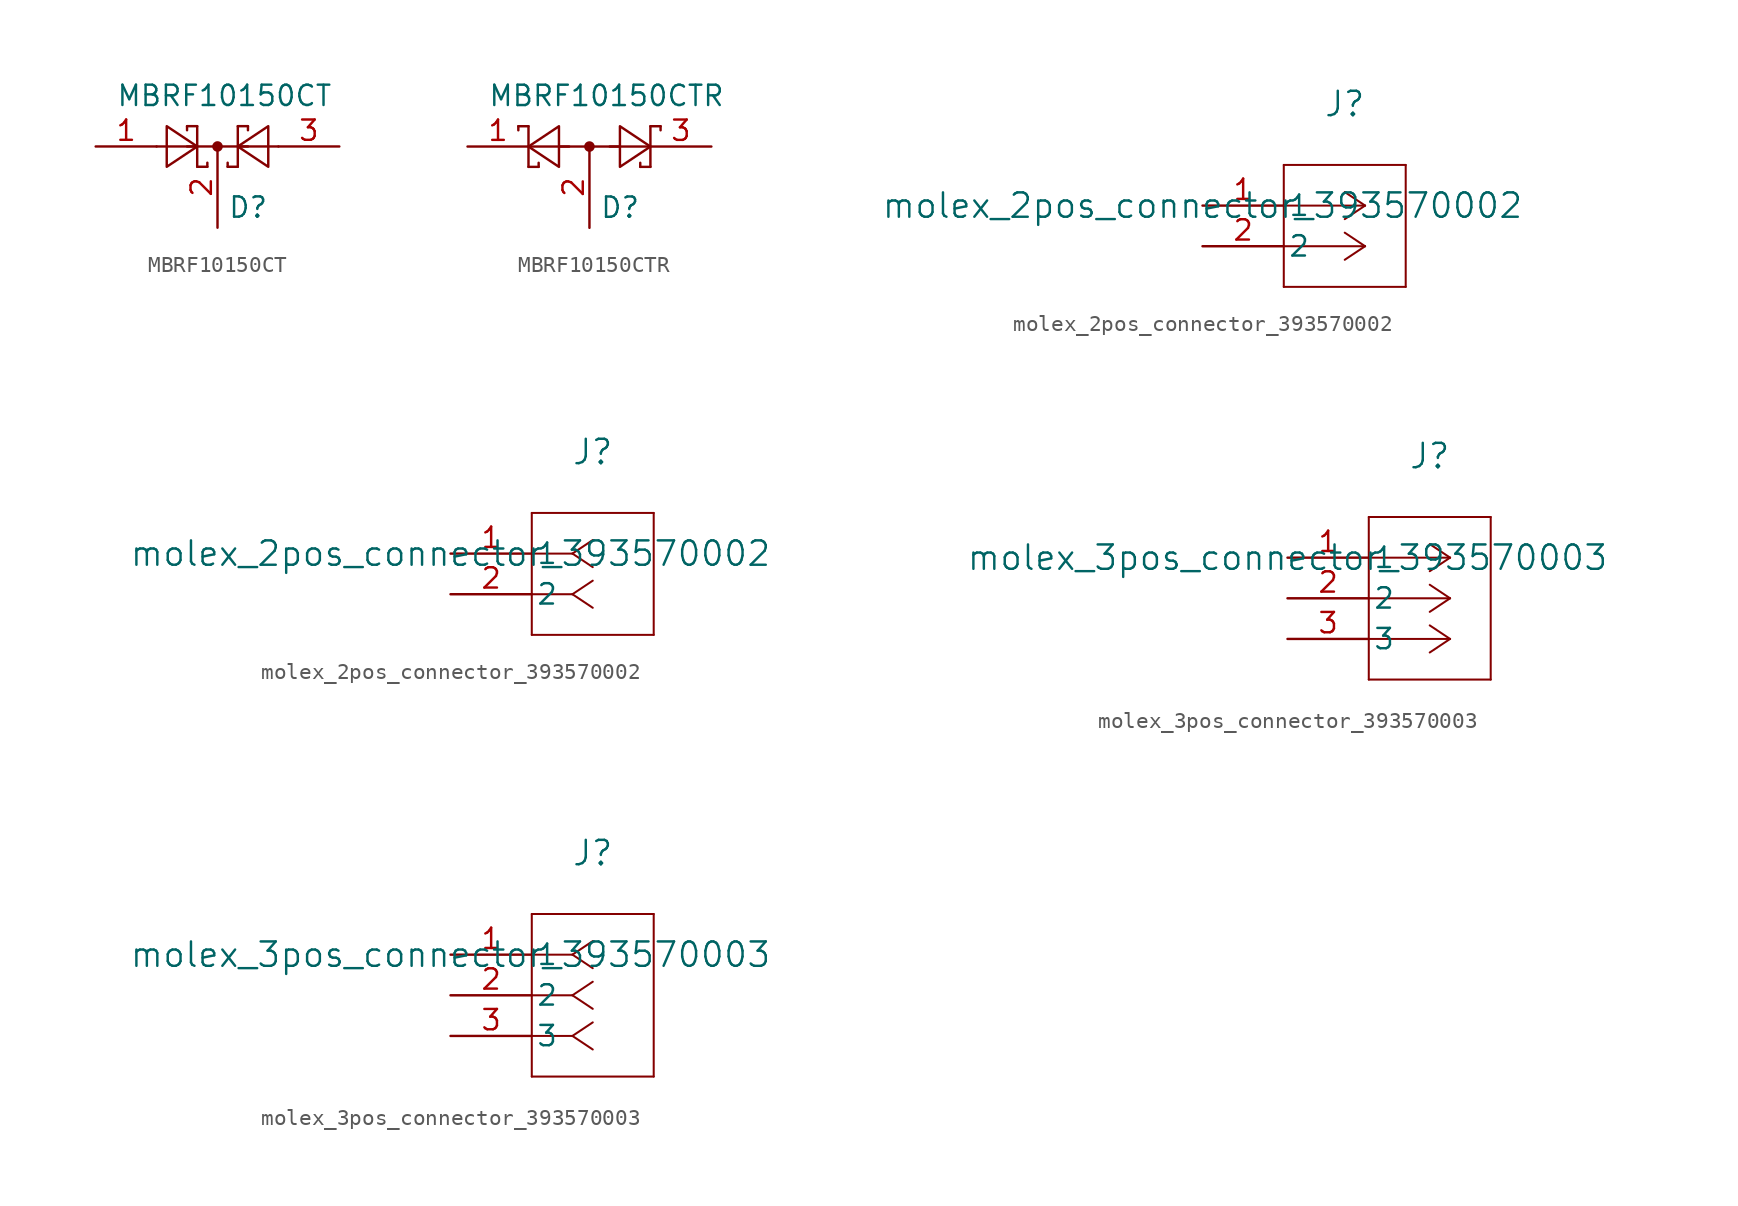
<source format=kicad_sym>
(kicad_symbol_lib
  (version 20231120)
  (generator "kicad_symbol_editor")
  (generator_version "8.0")
  (symbol "MBRF10150CT"
    (property "Reference" "D"
      (at 0.635 -3.81 0)
      (effects (font (size 1.27 1.27)) (justify left)))
    (property "Value" "MBRF10150CT"
      (at -6.35 3.175 0)
      (effects (font (size 1.27 1.27)) (justify left)))
    (symbol "MBRF10150CT_0_1"
      (polyline (pts (xy -1.905 0) (xy 1.905 0)) (stroke (width 0) (type default)) (fill (type none)))
      (polyline (pts (xy -1.905 1.27) (xy -1.905 1.016)) (stroke (width 0) (type default)) (fill (type none)))
      (polyline (pts (xy -1.27 -1.27) (xy -0.635 -1.27)) (stroke (width 0) (type default)) (fill (type none)))
      (polyline (pts (xy -1.27 0) (xy -3.81 0)) (stroke (width 0) (type default)) (fill (type none)))
      (polyline (pts (xy -1.27 1.27) (xy -1.905 1.27)) (stroke (width 0) (type default)) (fill (type none)))
      (polyline (pts (xy -1.27 1.27) (xy -1.27 -1.27)) (stroke (width 0) (type default)) (fill (type none)))
      (polyline (pts (xy -0.635 -1.27) (xy -0.635 -1.016)) (stroke (width 0) (type default)) (fill (type none)))
      (polyline (pts (xy 0.635 -1.27) (xy 0.635 -1.016)) (stroke (width 0) (type default)) (fill (type none)))
      (polyline (pts (xy 1.27 -1.27) (xy 0.635 -1.27)) (stroke (width 0) (type default)) (fill (type none)))
      (polyline (pts (xy 1.27 1.27) (xy 1.27 -1.27)) (stroke (width 0) (type default)) (fill (type none)))
      (polyline (pts (xy 1.27 1.27) (xy 1.905 1.27)) (stroke (width 0) (type default)) (fill (type none)))
      (polyline (pts (xy 1.905 1.27) (xy 1.905 1.016)) (stroke (width 0) (type default)) (fill (type none)))
      (polyline (pts (xy 3.81 0) (xy 1.27 0)) (stroke (width 0) (type default)) (fill (type none)))
      (polyline (pts (xy -3.175 -1.27) (xy -3.175 1.27) (xy -1.27 0) (xy -3.175 -1.27)) (stroke (width 0) (type default)) (fill (type none)))
      (polyline (pts (xy 3.175 -1.27) (xy 3.175 1.27) (xy 1.27 0) (xy 3.175 -1.27)) (stroke (width 0) (type default)) (fill (type none)))
      (circle (center 0 0) (radius 0.254) (stroke (width 0) (type default)) (fill (type outline))))
    (symbol "MBRF10150CT_1_1"
      (pin passive line (at -7.62 0 0) (length 3.81) (name "~" (effects (font (size 1.27 1.27)))) (number "1" (effects (font (size 1.27 1.27)))))
      (pin passive line (at 0 -5.08 90) (length 5.08) (name "~" (effects (font (size 1.27 1.27)))) (number "2" (effects (font (size 1.27 1.27)))))
      (pin passive line (at 7.62 0 180) (length 3.81) (name "~" (effects (font (size 1.27 1.27)))) (number "3" (effects (font (size 1.27 1.27)))))))
  (symbol "MBRF10150CTR"
    (property "Reference" "D"
      (at 0.635 -3.81 0)
      (effects (font (size 1.27 1.27)) (justify left)))
    (property "Value" "MBRF10150CTR"
      (at -6.35 3.175 0)
      (effects (font (size 1.27 1.27)) (justify left)))
    (symbol "MBRF10150CTR_0_1"
      (polyline (pts (xy -4.445 1.27) (xy -4.445 1.016)) (stroke (width 0) (type default)) (fill (type none)))
      (polyline (pts (xy -3.81 -1.27) (xy -3.81 1.27)) (stroke (width 0) (type default)) (fill (type none)))
      (polyline (pts (xy -3.81 -1.27) (xy -3.175 -1.27)) (stroke (width 0) (type default)) (fill (type none)))
      (polyline (pts (xy -3.81 0) (xy -1.27 0)) (stroke (width 0) (type default)) (fill (type none)))
      (polyline (pts (xy -3.81 1.27) (xy -4.445 1.27)) (stroke (width 0) (type default)) (fill (type none)))
      (polyline (pts (xy -3.175 -1.27) (xy -3.175 -1.016)) (stroke (width 0) (type default)) (fill (type none)))
      (polyline (pts (xy -1.905 0) (xy 1.905 0)) (stroke (width 0) (type default)) (fill (type none)))
      (polyline (pts (xy 1.27 0) (xy 3.81 0)) (stroke (width 0) (type default)) (fill (type none)))
      (polyline (pts (xy 3.175 -1.27) (xy 3.175 -1.016)) (stroke (width 0) (type default)) (fill (type none)))
      (polyline (pts (xy 3.81 -1.27) (xy 3.175 -1.27)) (stroke (width 0) (type default)) (fill (type none)))
      (polyline (pts (xy 3.81 -1.27) (xy 3.81 1.27)) (stroke (width 0) (type default)) (fill (type none)))
      (polyline (pts (xy 3.81 1.27) (xy 4.445 1.27)) (stroke (width 0) (type default)) (fill (type none)))
      (polyline (pts (xy 4.445 1.27) (xy 4.445 1.016)) (stroke (width 0) (type default)) (fill (type none)))
      (polyline (pts (xy -1.905 1.27) (xy -1.905 -1.27) (xy -3.81 0) (xy -1.905 1.27)) (stroke (width 0) (type default)) (fill (type none)))
      (polyline (pts (xy 1.905 1.27) (xy 1.905 -1.27) (xy 3.81 0) (xy 1.905 1.27)) (stroke (width 0) (type default)) (fill (type none)))
      (circle (center 0 0) (radius 0.254) (stroke (width 0) (type default)) (fill (type outline))))
    (symbol "MBRF10150CTR_1_1"
      (pin passive line (at -7.62 0 0) (length 3.81) (name "~" (effects (font (size 1.27 1.27)))) (number "1" (effects (font (size 1.27 1.27)))))
      (pin passive line (at 0 -5.08 90) (length 5.08) (name "~" (effects (font (size 1.27 1.27)))) (number "2" (effects (font (size 1.27 1.27)))))
      (pin passive line (at 7.62 0 180) (length 3.81) (name "~" (effects (font (size 1.27 1.27)))) (number "3" (effects (font (size 1.27 1.27)))))))
  (symbol "molex_2pos_connector_393570002"
    (pin_names
      (offset 0.254))
    (property "Reference" "J"
      (at 8.89 6.35 0)
      (effects (font (size 1.524 1.524))))
    (property "Value" "molex_2pos_connector_393570002"
      (at 0 0 0)
      (effects (font (size 1.524 1.524))))
    (property "ki_locked" ""
      (at 0 0 0)
      (effects (font (size 1.27 1.27))))
    (symbol "molex_2pos_connector_393570002_1_1"
      (polyline (pts (xy 5.08 -5.08) (xy 12.7 -5.08)) (stroke (width 0.127) (type default)) (fill (type none)))
      (polyline (pts (xy 5.08 2.54) (xy 5.08 -5.08)) (stroke (width 0.127) (type default)) (fill (type none)))
      (polyline (pts (xy 10.16 -2.54) (xy 5.08 -2.54)) (stroke (width 0.127) (type default)) (fill (type none)))
      (polyline (pts (xy 10.16 -2.54) (xy 8.89 -3.387)) (stroke (width 0.127) (type default)) (fill (type none)))
      (polyline (pts (xy 10.16 -2.54) (xy 8.89 -1.693)) (stroke (width 0.127) (type default)) (fill (type none)))
      (polyline (pts (xy 10.16 0) (xy 5.08 0)) (stroke (width 0.127) (type default)) (fill (type none)))
      (polyline (pts (xy 10.16 0) (xy 8.89 -0.847)) (stroke (width 0.127) (type default)) (fill (type none)))
      (polyline (pts (xy 10.16 0) (xy 8.89 0.847)) (stroke (width 0.127) (type default)) (fill (type none)))
      (polyline (pts (xy 12.7 -5.08) (xy 12.7 2.54)) (stroke (width 0.127) (type default)) (fill (type none)))
      (polyline (pts (xy 12.7 2.54) (xy 5.08 2.54)) (stroke (width 0.127) (type default)) (fill (type none)))
      (pin unspecified line (at 0 0 0) (length 5.08) (name "1" (effects (font (size 1.27 1.27)))) (number "1" (effects (font (size 1.27 1.27)))))
      (pin unspecified line (at 0 -2.54 0) (length 5.08) (name "2" (effects (font (size 1.27 1.27)))) (number "2" (effects (font (size 1.27 1.27))))))
    (symbol "molex_2pos_connector_393570002_1_2"
      (polyline (pts (xy 5.08 -5.08) (xy 12.7 -5.08)) (stroke (width 0.127) (type default)) (fill (type none)))
      (polyline (pts (xy 5.08 2.54) (xy 5.08 -5.08)) (stroke (width 0.127) (type default)) (fill (type none)))
      (polyline (pts (xy 7.62 -2.54) (xy 5.08 -2.54)) (stroke (width 0.127) (type default)) (fill (type none)))
      (polyline (pts (xy 7.62 -2.54) (xy 8.89 -3.387)) (stroke (width 0.127) (type default)) (fill (type none)))
      (polyline (pts (xy 7.62 -2.54) (xy 8.89 -1.693)) (stroke (width 0.127) (type default)) (fill (type none)))
      (polyline (pts (xy 7.62 0) (xy 5.08 0)) (stroke (width 0.127) (type default)) (fill (type none)))
      (polyline (pts (xy 7.62 0) (xy 8.89 -0.847)) (stroke (width 0.127) (type default)) (fill (type none)))
      (polyline (pts (xy 7.62 0) (xy 8.89 0.847)) (stroke (width 0.127) (type default)) (fill (type none)))
      (polyline (pts (xy 12.7 -5.08) (xy 12.7 2.54)) (stroke (width 0.127) (type default)) (fill (type none)))
      (polyline (pts (xy 12.7 2.54) (xy 5.08 2.54)) (stroke (width 0.127) (type default)) (fill (type none)))
      (pin unspecified line (at 0 0 0) (length 5.08) (name "1" (effects (font (size 1.27 1.27)))) (number "1" (effects (font (size 1.27 1.27)))))
      (pin unspecified line (at 0 -2.54 0) (length 5.08) (name "2" (effects (font (size 1.27 1.27)))) (number "2" (effects (font (size 1.27 1.27)))))))
  (symbol "molex_3pos_connector_393570003"
    (pin_names
      (offset 0.254))
    (property "Reference" "J"
      (at 8.89 6.35 0)
      (effects (font (size 1.524 1.524))))
    (property "Value" "molex_3pos_connector_393570003"
      (at 0 0 0)
      (effects (font (size 1.524 1.524))))
    (property "ki_locked" ""
      (at 0 0 0)
      (effects (font (size 1.27 1.27))))
    (symbol "molex_3pos_connector_393570003_1_1"
      (polyline (pts (xy 5.08 -7.62) (xy 12.7 -7.62)) (stroke (width 0.127) (type default)) (fill (type none)))
      (polyline (pts (xy 5.08 2.54) (xy 5.08 -7.62)) (stroke (width 0.127) (type default)) (fill (type none)))
      (polyline (pts (xy 10.16 -5.08) (xy 5.08 -5.08)) (stroke (width 0.127) (type default)) (fill (type none)))
      (polyline (pts (xy 10.16 -5.08) (xy 8.89 -5.927)) (stroke (width 0.127) (type default)) (fill (type none)))
      (polyline (pts (xy 10.16 -5.08) (xy 8.89 -4.233)) (stroke (width 0.127) (type default)) (fill (type none)))
      (polyline (pts (xy 10.16 -2.54) (xy 5.08 -2.54)) (stroke (width 0.127) (type default)) (fill (type none)))
      (polyline (pts (xy 10.16 -2.54) (xy 8.89 -3.387)) (stroke (width 0.127) (type default)) (fill (type none)))
      (polyline (pts (xy 10.16 -2.54) (xy 8.89 -1.693)) (stroke (width 0.127) (type default)) (fill (type none)))
      (polyline (pts (xy 10.16 0) (xy 5.08 0)) (stroke (width 0.127) (type default)) (fill (type none)))
      (polyline (pts (xy 10.16 0) (xy 8.89 -0.847)) (stroke (width 0.127) (type default)) (fill (type none)))
      (polyline (pts (xy 10.16 0) (xy 8.89 0.847)) (stroke (width 0.127) (type default)) (fill (type none)))
      (polyline (pts (xy 12.7 -7.62) (xy 12.7 2.54)) (stroke (width 0.127) (type default)) (fill (type none)))
      (polyline (pts (xy 12.7 2.54) (xy 5.08 2.54)) (stroke (width 0.127) (type default)) (fill (type none)))
      (pin unspecified line (at 0 0 0) (length 5.08) (name "1" (effects (font (size 1.27 1.27)))) (number "1" (effects (font (size 1.27 1.27)))))
      (pin unspecified line (at 0 -2.54 0) (length 5.08) (name "2" (effects (font (size 1.27 1.27)))) (number "2" (effects (font (size 1.27 1.27)))))
      (pin unspecified line (at 0 -5.08 0) (length 5.08) (name "3" (effects (font (size 1.27 1.27)))) (number "3" (effects (font (size 1.27 1.27))))))
    (symbol "molex_3pos_connector_393570003_1_2"
      (polyline (pts (xy 5.08 -7.62) (xy 12.7 -7.62)) (stroke (width 0.127) (type default)) (fill (type none)))
      (polyline (pts (xy 5.08 2.54) (xy 5.08 -7.62)) (stroke (width 0.127) (type default)) (fill (type none)))
      (polyline (pts (xy 7.62 -5.08) (xy 5.08 -5.08)) (stroke (width 0.127) (type default)) (fill (type none)))
      (polyline (pts (xy 7.62 -5.08) (xy 8.89 -5.927)) (stroke (width 0.127) (type default)) (fill (type none)))
      (polyline (pts (xy 7.62 -5.08) (xy 8.89 -4.233)) (stroke (width 0.127) (type default)) (fill (type none)))
      (polyline (pts (xy 7.62 -2.54) (xy 5.08 -2.54)) (stroke (width 0.127) (type default)) (fill (type none)))
      (polyline (pts (xy 7.62 -2.54) (xy 8.89 -3.387)) (stroke (width 0.127) (type default)) (fill (type none)))
      (polyline (pts (xy 7.62 -2.54) (xy 8.89 -1.693)) (stroke (width 0.127) (type default)) (fill (type none)))
      (polyline (pts (xy 7.62 0) (xy 5.08 0)) (stroke (width 0.127) (type default)) (fill (type none)))
      (polyline (pts (xy 7.62 0) (xy 8.89 -0.847)) (stroke (width 0.127) (type default)) (fill (type none)))
      (polyline (pts (xy 7.62 0) (xy 8.89 0.847)) (stroke (width 0.127) (type default)) (fill (type none)))
      (polyline (pts (xy 12.7 -7.62) (xy 12.7 2.54)) (stroke (width 0.127) (type default)) (fill (type none)))
      (polyline (pts (xy 12.7 2.54) (xy 5.08 2.54)) (stroke (width 0.127) (type default)) (fill (type none)))
      (pin unspecified line (at 0 0 0) (length 5.08) (name "1" (effects (font (size 1.27 1.27)))) (number "1" (effects (font (size 1.27 1.27)))))
      (pin unspecified line (at 0 -2.54 0) (length 5.08) (name "2" (effects (font (size 1.27 1.27)))) (number "2" (effects (font (size 1.27 1.27)))))
      (pin unspecified line (at 0 -5.08 0) (length 5.08) (name "3" (effects (font (size 1.27 1.27)))) (number "3" (effects (font (size 1.27 1.27))))))))
</source>
